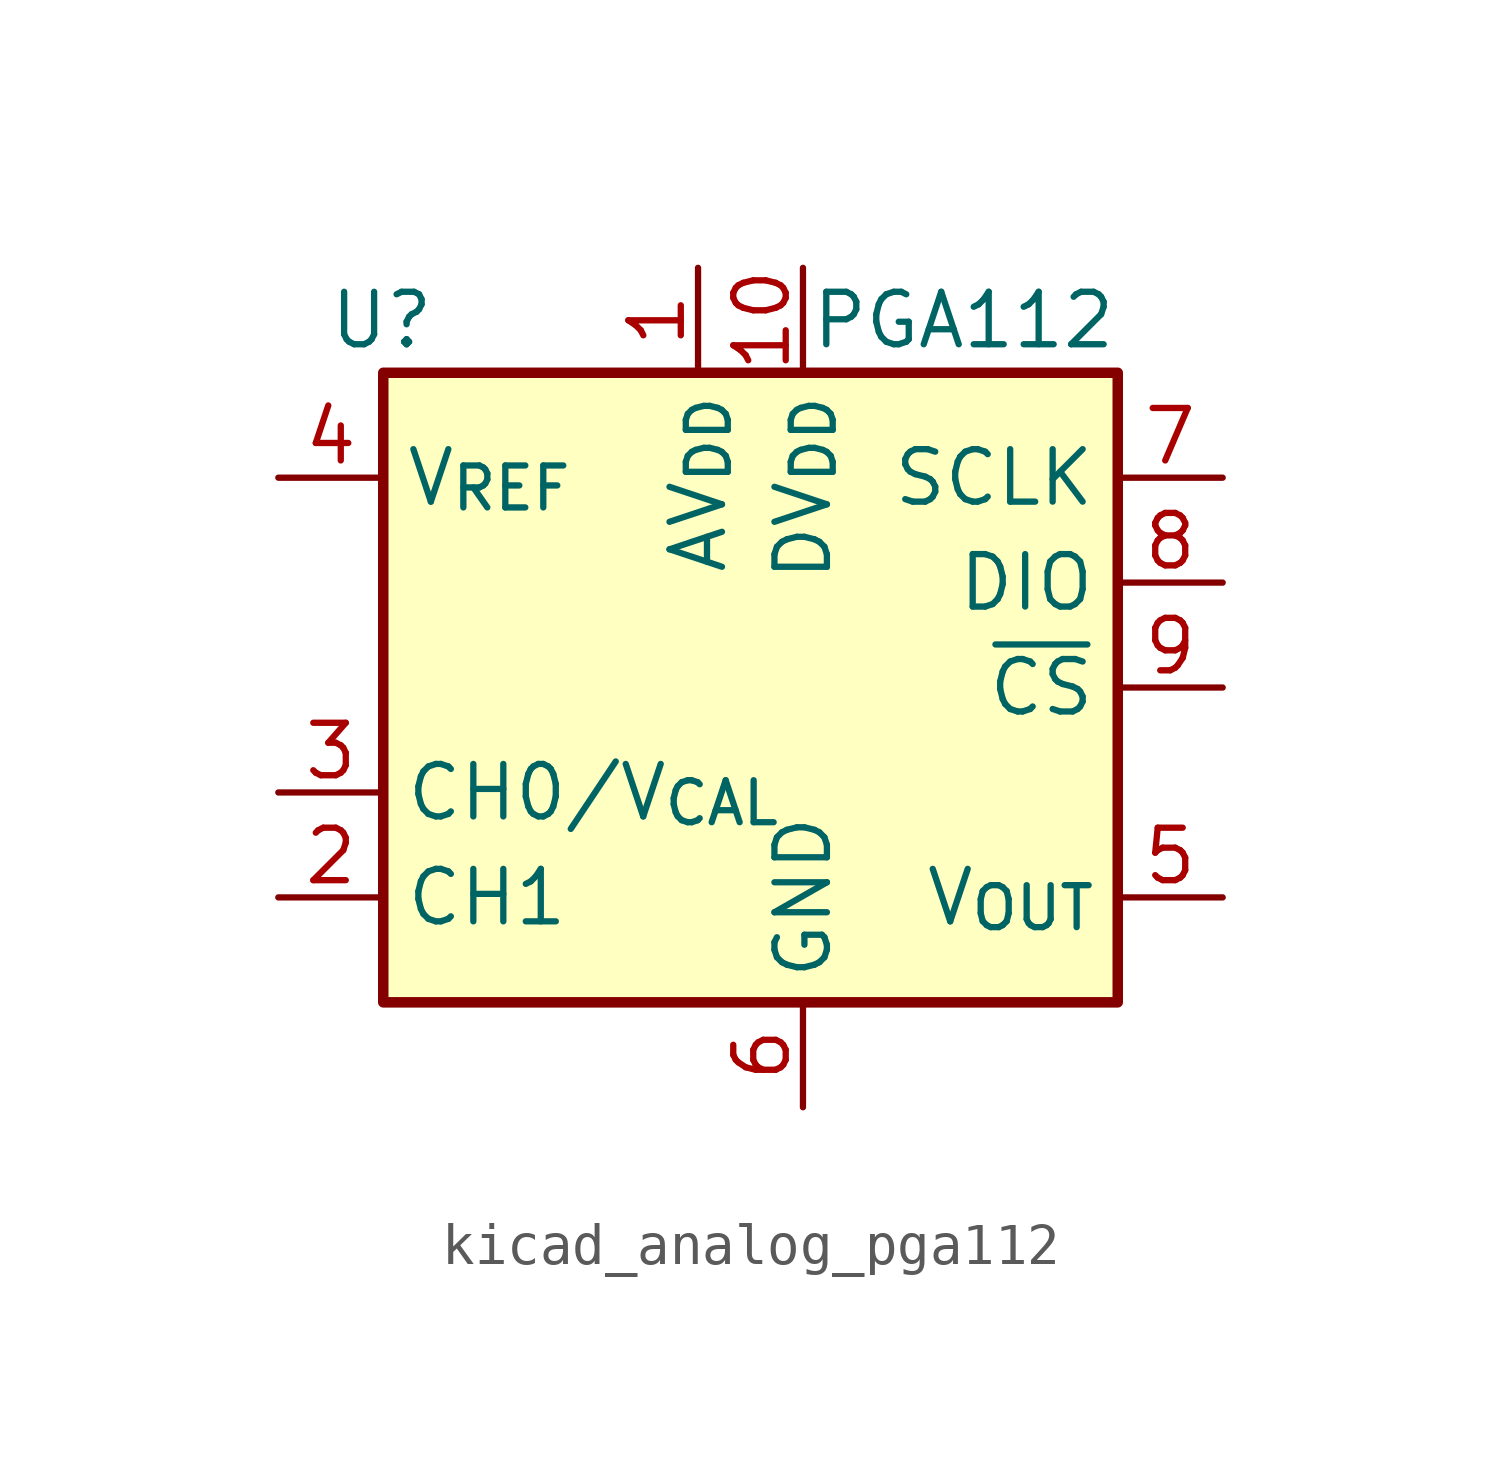
<source format=kicad_sym>
(kicad_symbol_lib
  (version 20220914)
  (generator kicad_symbol_editor)
  (symbol "kicad_analog_pga112"
    (property "Reference" "U"
      (at -8.89 8.89 0)
      (effects (font (size 1.27 1.27)) (justify right)))
    (property "Value" "PGA112"
      (at 7.62 8.89 0)
      (effects (font (size 1.27 1.27)) (justify right)))
    (symbol "kicad_analog_pga112_0_1"
      (rectangle (start -10.16 7.62) (end 7.62 -7.62) (stroke (width 0.254) (type default)) (fill (type background))))
    (symbol "kicad_analog_pga112_1_1"
      (pin power_in line (at -2.54 10.16 270) (length 2.54) (name "AV_{DD}" (effects (font (size 1.27 1.27)))) (number "1" (effects (font (size 1.27 1.27)))))
      (pin power_in line (at 0 10.16 270) (length 2.54) (name "DV_{DD}" (effects (font (size 1.27 1.27)))) (number "10" (effects (font (size 1.27 1.27)))))
      (pin input line (at -12.7 -5.08 0) (length 2.54) (name "CH1" (effects (font (size 1.27 1.27)))) (number "2" (effects (font (size 1.27 1.27)))))
      (pin input line (at -12.7 -2.54 0) (length 2.54) (name "CH0/V_{CAL}" (effects (font (size 1.27 1.27)))) (number "3" (effects (font (size 1.27 1.27)))))
      (pin input line (at -12.7 5.08 0) (length 2.54) (name "V_{REF}" (effects (font (size 1.27 1.27)))) (number "4" (effects (font (size 1.27 1.27)))))
      (pin output line (at 10.16 -5.08 180) (length 2.54) (name "V_{OUT}" (effects (font (size 1.27 1.27)))) (number "5" (effects (font (size 1.27 1.27)))))
      (pin power_in line (at 0 -10.16 90) (length 2.54) (name "GND" (effects (font (size 1.27 1.27)))) (number "6" (effects (font (size 1.27 1.27)))))
      (pin input line (at 10.16 5.08 180) (length 2.54) (name "SCLK" (effects (font (size 1.27 1.27)))) (number "7" (effects (font (size 1.27 1.27)))))
      (pin bidirectional line (at 10.16 2.54 180) (length 2.54) (name "DIO" (effects (font (size 1.27 1.27)))) (number "8" (effects (font (size 1.27 1.27)))))
      (pin input line (at 10.16 0 180) (length 2.54) (name "~{CS}" (effects (font (size 1.27 1.27)))) (number "9" (effects (font (size 1.27 1.27))))))))
</source>
